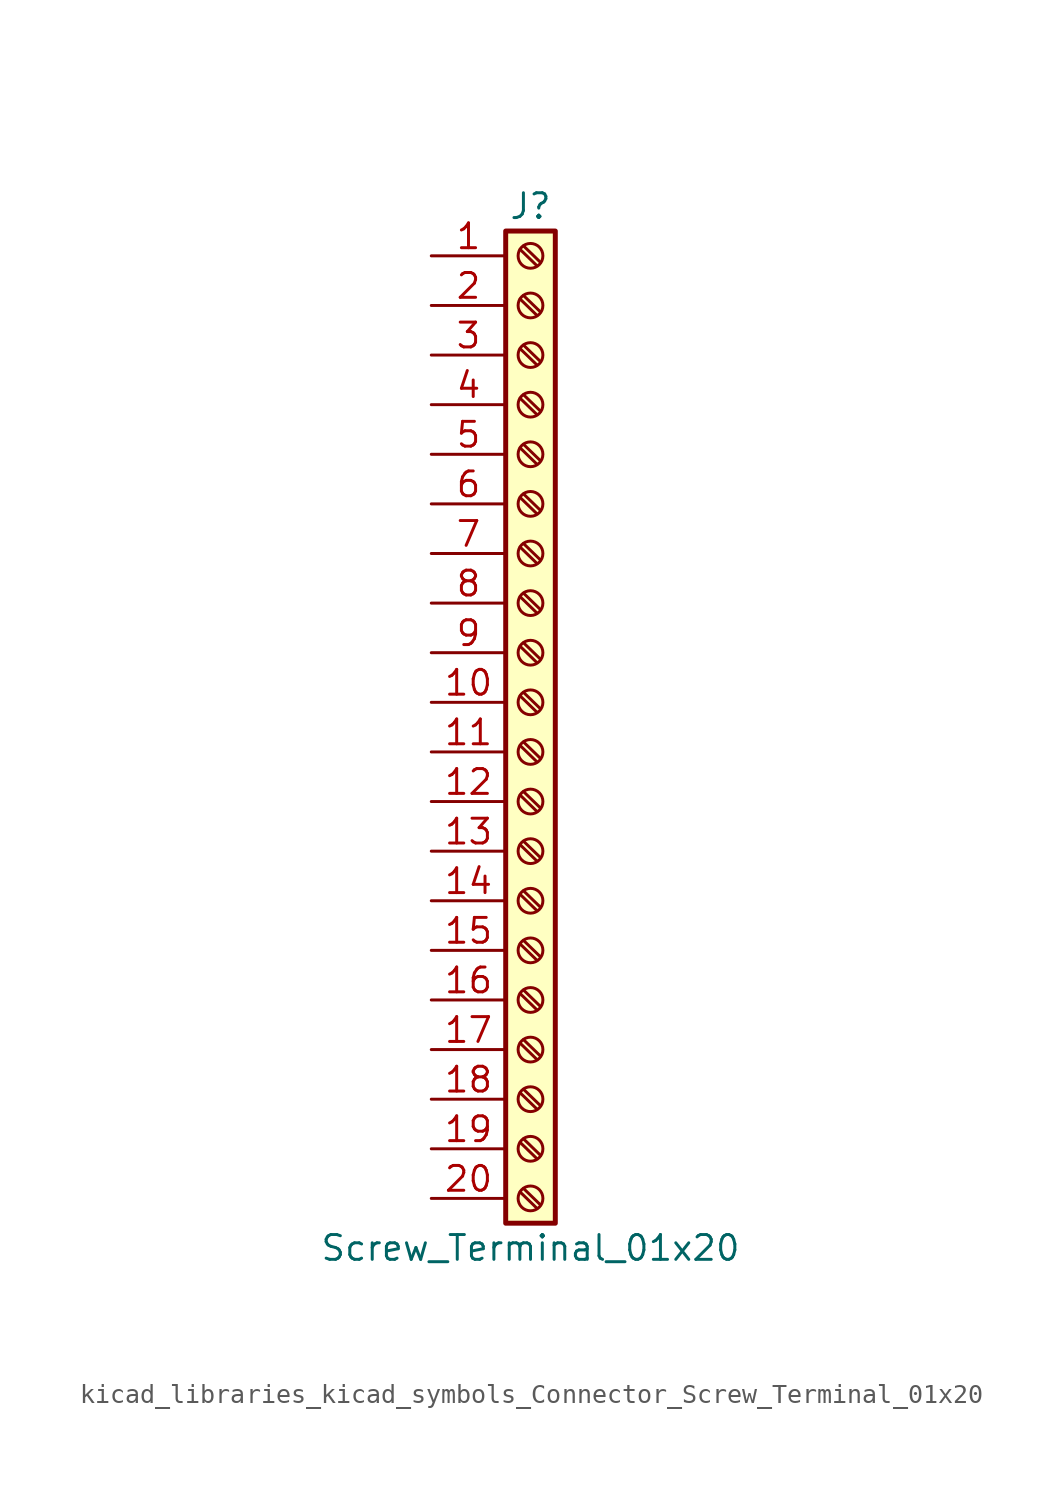
<source format=kicad_sym>
(kicad_symbol_lib
  (version 20220914)
  (generator kicad_symbol_editor)
  (symbol "kicad_libraries_kicad_symbols_Connector_Screw_Terminal_01x20"
    (pin_names
      (offset 1.016) hide)
    (property "Reference" "J"
      (at 0 25.4 0)
      (effects (font (size 1.27 1.27))))
    (property "Value" "Screw_Terminal_01x20"
      (at 0 -27.94 0)
      (effects (font (size 1.27 1.27))))
    (symbol "kicad_libraries_kicad_symbols_Connector_Screw_Terminal_01x20_1_1"
      (rectangle (start -1.27 24.13) (end 1.27 -26.67) (stroke (width 0.254) (type default)) (fill (type background)))
      (circle (center 0 -25.4) (radius 0.635) (stroke (width 0.152) (type default)) (fill (type none)))
      (circle (center 0 -22.86) (radius 0.635) (stroke (width 0.152) (type default)) (fill (type none)))
      (circle (center 0 -20.32) (radius 0.635) (stroke (width 0.152) (type default)) (fill (type none)))
      (circle (center 0 -17.78) (radius 0.635) (stroke (width 0.152) (type default)) (fill (type none)))
      (circle (center 0 -15.24) (radius 0.635) (stroke (width 0.152) (type default)) (fill (type none)))
      (circle (center 0 -12.7) (radius 0.635) (stroke (width 0.152) (type default)) (fill (type none)))
      (circle (center 0 -10.16) (radius 0.635) (stroke (width 0.152) (type default)) (fill (type none)))
      (circle (center 0 -7.62) (radius 0.635) (stroke (width 0.152) (type default)) (fill (type none)))
      (circle (center 0 -5.08) (radius 0.635) (stroke (width 0.152) (type default)) (fill (type none)))
      (circle (center 0 -2.54) (radius 0.635) (stroke (width 0.152) (type default)) (fill (type none)))
      (polyline (pts (xy -0.533 -25.07) (xy 0.33 -25.908)) (stroke (width 0.152) (type default)) (fill (type none)))
      (polyline (pts (xy -0.533 -22.53) (xy 0.33 -23.368)) (stroke (width 0.152) (type default)) (fill (type none)))
      (polyline (pts (xy -0.533 -19.99) (xy 0.33 -20.828)) (stroke (width 0.152) (type default)) (fill (type none)))
      (polyline (pts (xy -0.533 -17.45) (xy 0.33 -18.288)) (stroke (width 0.152) (type default)) (fill (type none)))
      (polyline (pts (xy -0.533 -14.91) (xy 0.33 -15.748)) (stroke (width 0.152) (type default)) (fill (type none)))
      (polyline (pts (xy -0.533 -12.37) (xy 0.33 -13.208)) (stroke (width 0.152) (type default)) (fill (type none)))
      (polyline (pts (xy -0.533 -9.83) (xy 0.33 -10.668)) (stroke (width 0.152) (type default)) (fill (type none)))
      (polyline (pts (xy -0.533 -7.29) (xy 0.33 -8.128)) (stroke (width 0.152) (type default)) (fill (type none)))
      (polyline (pts (xy -0.533 -4.75) (xy 0.33 -5.588)) (stroke (width 0.152) (type default)) (fill (type none)))
      (polyline (pts (xy -0.533 -2.21) (xy 0.33 -3.048)) (stroke (width 0.152) (type default)) (fill (type none)))
      (polyline (pts (xy -0.533 0.33) (xy 0.33 -0.508)) (stroke (width 0.152) (type default)) (fill (type none)))
      (polyline (pts (xy -0.533 2.87) (xy 0.33 2.032)) (stroke (width 0.152) (type default)) (fill (type none)))
      (polyline (pts (xy -0.533 5.41) (xy 0.33 4.572)) (stroke (width 0.152) (type default)) (fill (type none)))
      (polyline (pts (xy -0.533 7.95) (xy 0.33 7.112)) (stroke (width 0.152) (type default)) (fill (type none)))
      (polyline (pts (xy -0.533 10.49) (xy 0.33 9.652)) (stroke (width 0.152) (type default)) (fill (type none)))
      (polyline (pts (xy -0.533 13.03) (xy 0.33 12.192)) (stroke (width 0.152) (type default)) (fill (type none)))
      (polyline (pts (xy -0.533 15.57) (xy 0.33 14.732)) (stroke (width 0.152) (type default)) (fill (type none)))
      (polyline (pts (xy -0.533 18.11) (xy 0.33 17.272)) (stroke (width 0.152) (type default)) (fill (type none)))
      (polyline (pts (xy -0.533 20.65) (xy 0.33 19.812)) (stroke (width 0.152) (type default)) (fill (type none)))
      (polyline (pts (xy -0.533 23.19) (xy 0.33 22.352)) (stroke (width 0.152) (type default)) (fill (type none)))
      (polyline (pts (xy -0.356 -24.892) (xy 0.508 -25.73)) (stroke (width 0.152) (type default)) (fill (type none)))
      (polyline (pts (xy -0.356 -22.352) (xy 0.508 -23.19)) (stroke (width 0.152) (type default)) (fill (type none)))
      (polyline (pts (xy -0.356 -19.812) (xy 0.508 -20.65)) (stroke (width 0.152) (type default)) (fill (type none)))
      (polyline (pts (xy -0.356 -17.272) (xy 0.508 -18.11)) (stroke (width 0.152) (type default)) (fill (type none)))
      (polyline (pts (xy -0.356 -14.732) (xy 0.508 -15.57)) (stroke (width 0.152) (type default)) (fill (type none)))
      (polyline (pts (xy -0.356 -12.192) (xy 0.508 -13.03)) (stroke (width 0.152) (type default)) (fill (type none)))
      (polyline (pts (xy -0.356 -9.652) (xy 0.508 -10.49)) (stroke (width 0.152) (type default)) (fill (type none)))
      (polyline (pts (xy -0.356 -7.112) (xy 0.508 -7.95)) (stroke (width 0.152) (type default)) (fill (type none)))
      (polyline (pts (xy -0.356 -4.572) (xy 0.508 -5.41)) (stroke (width 0.152) (type default)) (fill (type none)))
      (polyline (pts (xy -0.356 -2.032) (xy 0.508 -2.87)) (stroke (width 0.152) (type default)) (fill (type none)))
      (polyline (pts (xy -0.356 0.508) (xy 0.508 -0.33)) (stroke (width 0.152) (type default)) (fill (type none)))
      (polyline (pts (xy -0.356 3.048) (xy 0.508 2.21)) (stroke (width 0.152) (type default)) (fill (type none)))
      (polyline (pts (xy -0.356 5.588) (xy 0.508 4.75)) (stroke (width 0.152) (type default)) (fill (type none)))
      (polyline (pts (xy -0.356 8.128) (xy 0.508 7.29)) (stroke (width 0.152) (type default)) (fill (type none)))
      (polyline (pts (xy -0.356 10.668) (xy 0.508 9.83)) (stroke (width 0.152) (type default)) (fill (type none)))
      (polyline (pts (xy -0.356 13.208) (xy 0.508 12.37)) (stroke (width 0.152) (type default)) (fill (type none)))
      (polyline (pts (xy -0.356 15.748) (xy 0.508 14.91)) (stroke (width 0.152) (type default)) (fill (type none)))
      (polyline (pts (xy -0.356 18.288) (xy 0.508 17.45)) (stroke (width 0.152) (type default)) (fill (type none)))
      (polyline (pts (xy -0.356 20.828) (xy 0.508 19.99)) (stroke (width 0.152) (type default)) (fill (type none)))
      (polyline (pts (xy -0.356 23.368) (xy 0.508 22.53)) (stroke (width 0.152) (type default)) (fill (type none)))
      (circle (center 0 0) (radius 0.635) (stroke (width 0.152) (type default)) (fill (type none)))
      (circle (center 0 2.54) (radius 0.635) (stroke (width 0.152) (type default)) (fill (type none)))
      (circle (center 0 5.08) (radius 0.635) (stroke (width 0.152) (type default)) (fill (type none)))
      (circle (center 0 7.62) (radius 0.635) (stroke (width 0.152) (type default)) (fill (type none)))
      (circle (center 0 10.16) (radius 0.635) (stroke (width 0.152) (type default)) (fill (type none)))
      (circle (center 0 12.7) (radius 0.635) (stroke (width 0.152) (type default)) (fill (type none)))
      (circle (center 0 15.24) (radius 0.635) (stroke (width 0.152) (type default)) (fill (type none)))
      (circle (center 0 17.78) (radius 0.635) (stroke (width 0.152) (type default)) (fill (type none)))
      (circle (center 0 20.32) (radius 0.635) (stroke (width 0.152) (type default)) (fill (type none)))
      (circle (center 0 22.86) (radius 0.635) (stroke (width 0.152) (type default)) (fill (type none)))
      (pin passive line (at -5.08 22.86 0) (length 3.81) (name "Pin_1" (effects (font (size 1.27 1.27)))) (number "1" (effects (font (size 1.27 1.27)))))
      (pin passive line (at -5.08 0 0) (length 3.81) (name "Pin_10" (effects (font (size 1.27 1.27)))) (number "10" (effects (font (size 1.27 1.27)))))
      (pin passive line (at -5.08 -2.54 0) (length 3.81) (name "Pin_11" (effects (font (size 1.27 1.27)))) (number "11" (effects (font (size 1.27 1.27)))))
      (pin passive line (at -5.08 -5.08 0) (length 3.81) (name "Pin_12" (effects (font (size 1.27 1.27)))) (number "12" (effects (font (size 1.27 1.27)))))
      (pin passive line (at -5.08 -7.62 0) (length 3.81) (name "Pin_13" (effects (font (size 1.27 1.27)))) (number "13" (effects (font (size 1.27 1.27)))))
      (pin passive line (at -5.08 -10.16 0) (length 3.81) (name "Pin_14" (effects (font (size 1.27 1.27)))) (number "14" (effects (font (size 1.27 1.27)))))
      (pin passive line (at -5.08 -12.7 0) (length 3.81) (name "Pin_15" (effects (font (size 1.27 1.27)))) (number "15" (effects (font (size 1.27 1.27)))))
      (pin passive line (at -5.08 -15.24 0) (length 3.81) (name "Pin_16" (effects (font (size 1.27 1.27)))) (number "16" (effects (font (size 1.27 1.27)))))
      (pin passive line (at -5.08 -17.78 0) (length 3.81) (name "Pin_17" (effects (font (size 1.27 1.27)))) (number "17" (effects (font (size 1.27 1.27)))))
      (pin passive line (at -5.08 -20.32 0) (length 3.81) (name "Pin_18" (effects (font (size 1.27 1.27)))) (number "18" (effects (font (size 1.27 1.27)))))
      (pin passive line (at -5.08 -22.86 0) (length 3.81) (name "Pin_19" (effects (font (size 1.27 1.27)))) (number "19" (effects (font (size 1.27 1.27)))))
      (pin passive line (at -5.08 20.32 0) (length 3.81) (name "Pin_2" (effects (font (size 1.27 1.27)))) (number "2" (effects (font (size 1.27 1.27)))))
      (pin passive line (at -5.08 -25.4 0) (length 3.81) (name "Pin_20" (effects (font (size 1.27 1.27)))) (number "20" (effects (font (size 1.27 1.27)))))
      (pin passive line (at -5.08 17.78 0) (length 3.81) (name "Pin_3" (effects (font (size 1.27 1.27)))) (number "3" (effects (font (size 1.27 1.27)))))
      (pin passive line (at -5.08 15.24 0) (length 3.81) (name "Pin_4" (effects (font (size 1.27 1.27)))) (number "4" (effects (font (size 1.27 1.27)))))
      (pin passive line (at -5.08 12.7 0) (length 3.81) (name "Pin_5" (effects (font (size 1.27 1.27)))) (number "5" (effects (font (size 1.27 1.27)))))
      (pin passive line (at -5.08 10.16 0) (length 3.81) (name "Pin_6" (effects (font (size 1.27 1.27)))) (number "6" (effects (font (size 1.27 1.27)))))
      (pin passive line (at -5.08 7.62 0) (length 3.81) (name "Pin_7" (effects (font (size 1.27 1.27)))) (number "7" (effects (font (size 1.27 1.27)))))
      (pin passive line (at -5.08 5.08 0) (length 3.81) (name "Pin_8" (effects (font (size 1.27 1.27)))) (number "8" (effects (font (size 1.27 1.27)))))
      (pin passive line (at -5.08 2.54 0) (length 3.81) (name "Pin_9" (effects (font (size 1.27 1.27)))) (number "9" (effects (font (size 1.27 1.27))))))))
</source>
